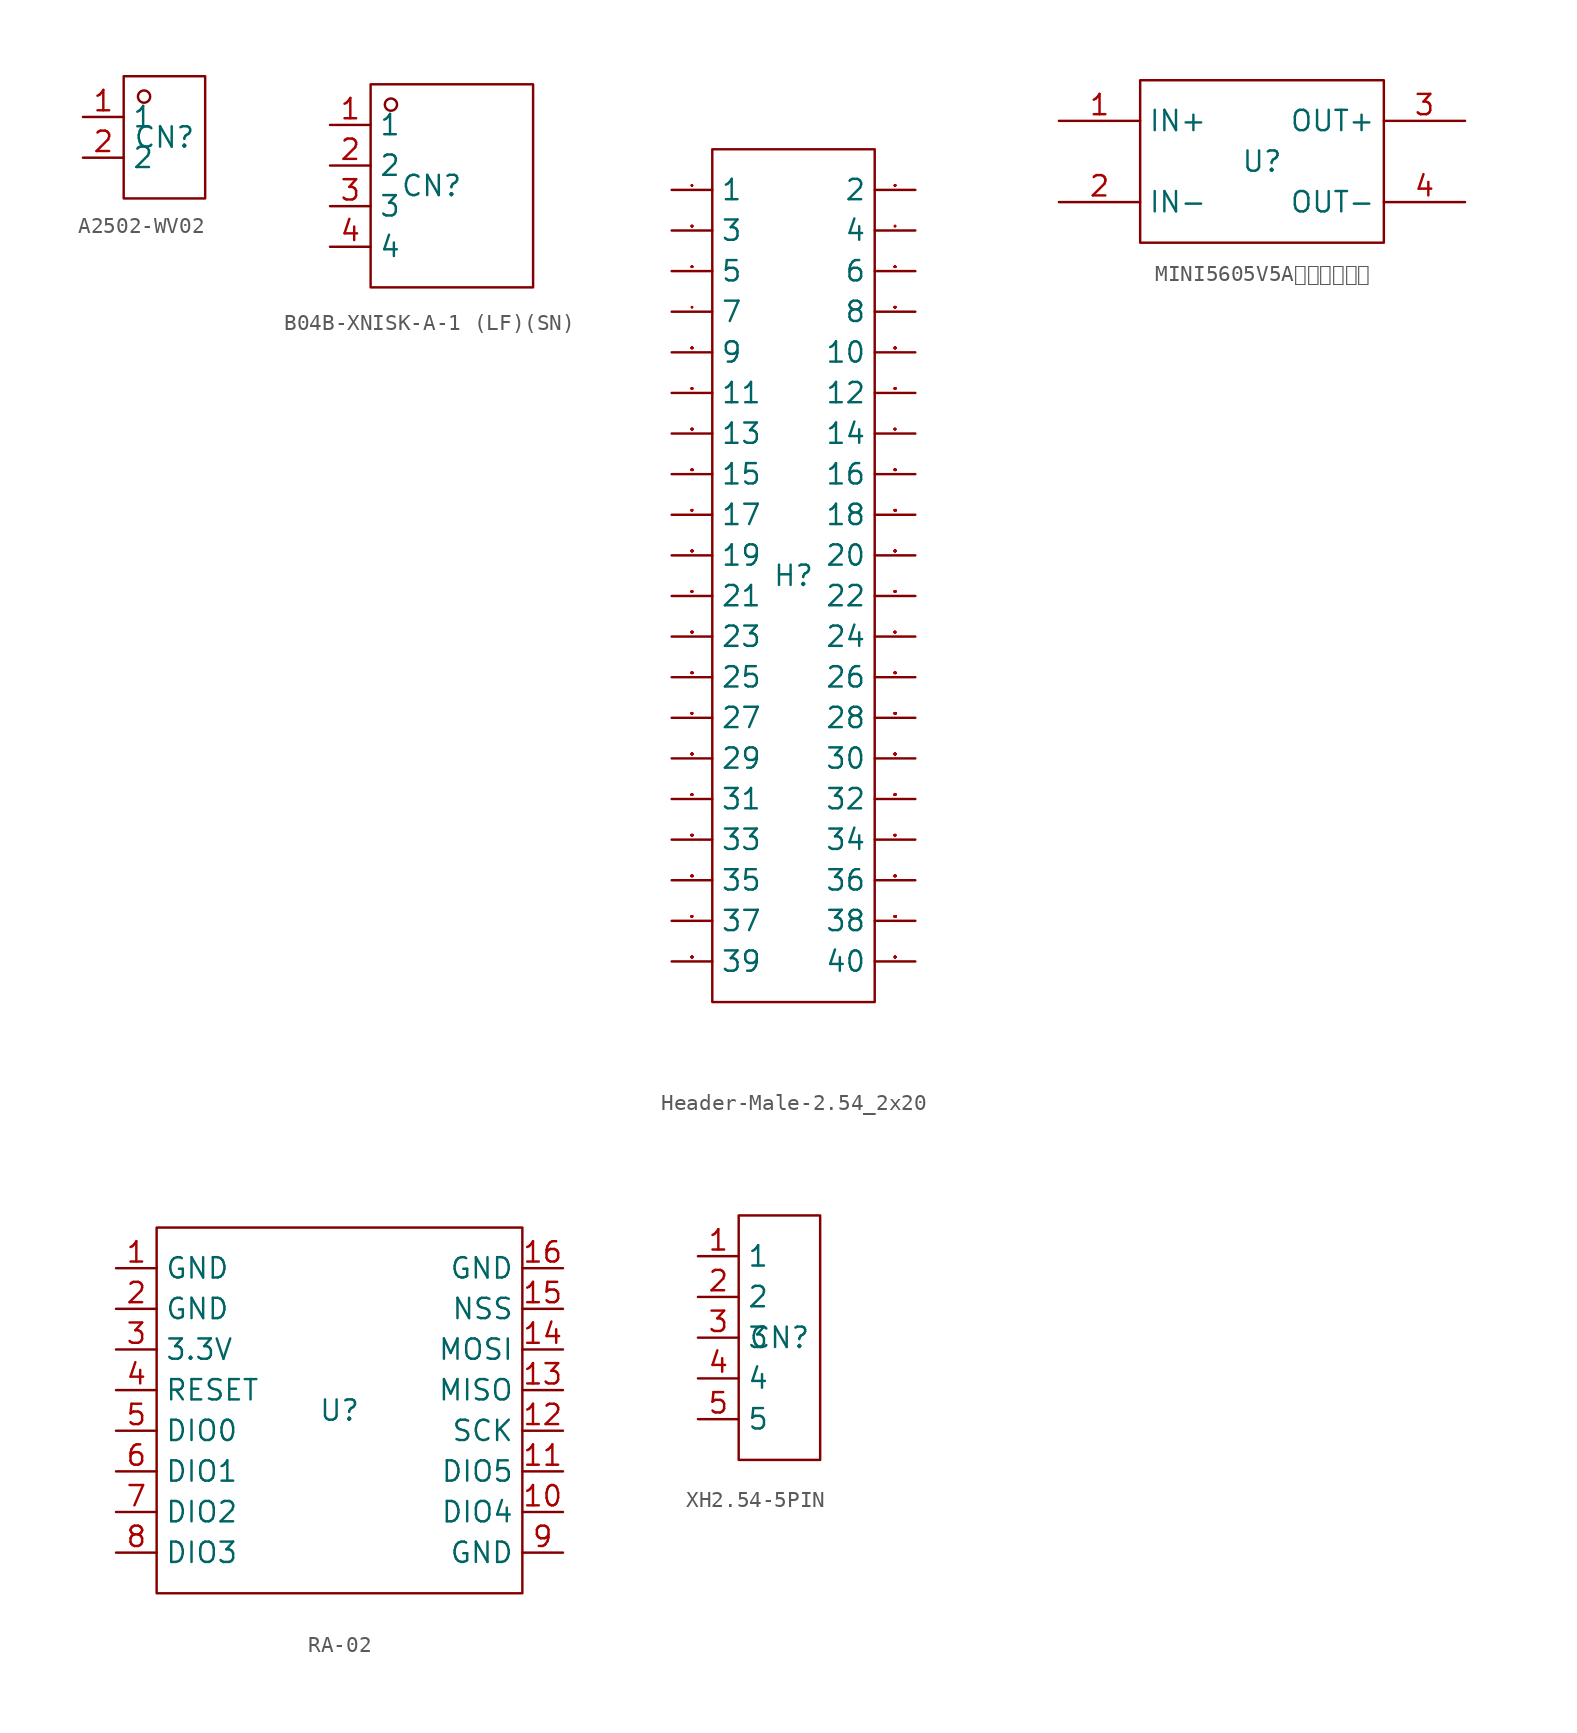
<source format=kicad_sym>
(kicad_symbol_lib
  (version 20241209)
  (generator "kicad_symbol_editor")
  (generator_version "9.0")
  (symbol "A2502-WV02"
    (property "Reference" "CN"
      (at 0 0 0)
      (effects (font (size 1.27 1.27))))
    (property "Value" ""
      (at 0 0 0)
      (effects (font (size 1.27 1.27))))
    (symbol "A2502-WV02_1_0"
      (rectangle (start -2.54 -3.81) (end 2.54 3.81) (stroke (width 0) (type default)) (fill (type none)))
      (circle (center -1.27 2.54) (radius 0.381) (stroke (width 0) (type default)) (fill (type none)))
      (pin unspecified line (at -5.08 1.27 0) (length 2.54) (name "1" (effects (font (size 1.27 1.27)))) (number "1" (effects (font (size 1.27 1.27)))))
      (pin unspecified line (at -5.08 -1.27 0) (length 2.54) (name "2" (effects (font (size 1.27 1.27)))) (number "2" (effects (font (size 1.27 1.27)))))))
  (symbol "B04B-XNISK-A-1 (LF)(SN)"
    (property "Reference" "CN"
      (at 0 0 0)
      (effects (font (size 1.27 1.27))))
    (property "Value" ""
      (at 0 0 0)
      (effects (font (size 1.27 1.27))))
    (symbol "B04B-XNISK-A-1 (LF)(SN)_1_0"
      (rectangle (start -3.81 -6.35) (end 6.35 6.35) (stroke (width 0) (type default)) (fill (type none)))
      (circle (center -2.54 5.08) (radius 0.381) (stroke (width 0) (type default)) (fill (type none)))
      (pin input line (at -6.35 3.81 0) (length 2.54) (name "1" (effects (font (size 1.27 1.27)))) (number "1" (effects (font (size 1.27 1.27)))))
      (pin input line (at -6.35 1.27 0) (length 2.54) (name "2" (effects (font (size 1.27 1.27)))) (number "2" (effects (font (size 1.27 1.27)))))
      (pin input line (at -6.35 -1.27 0) (length 2.54) (name "3" (effects (font (size 1.27 1.27)))) (number "3" (effects (font (size 1.27 1.27)))))
      (pin input line (at -6.35 -3.81 0) (length 2.54) (name "4" (effects (font (size 1.27 1.27)))) (number "4" (effects (font (size 1.27 1.27)))))))
  (symbol "Header-Male-2.54_2x20"
    (property "Reference" "H"
      (at 0 0 0)
      (effects (font (size 1.27 1.27))))
    (property "Value" ""
      (at 0 0 0)
      (effects (font (size 1.27 1.27))))
    (symbol "Header-Male-2.54_2x20_1_0"
      (rectangle (start -5.08 26.67) (end 5.08 -26.67) (stroke (width 0) (type default)) (fill (type none)))
      (pin input line (at -7.62 24.13 0) (length 2.54) (name "1" (effects (font (size 1.27 1.27)))) (number "1" (effects (font (size 0.025 0.025)))))
      (pin input line (at -7.62 21.59 0) (length 2.54) (name "3" (effects (font (size 1.27 1.27)))) (number "3" (effects (font (size 0.025 0.025)))))
      (pin input line (at -7.62 19.05 0) (length 2.54) (name "5" (effects (font (size 1.27 1.27)))) (number "5" (effects (font (size 0.025 0.025)))))
      (pin input line (at -7.62 16.51 0) (length 2.54) (name "7" (effects (font (size 1.27 1.27)))) (number "7" (effects (font (size 0.025 0.025)))))
      (pin input line (at -7.62 13.97 0) (length 2.54) (name "9" (effects (font (size 1.27 1.27)))) (number "9" (effects (font (size 0.025 0.025)))))
      (pin input line (at -7.62 11.43 0) (length 2.54) (name "11" (effects (font (size 1.27 1.27)))) (number "11" (effects (font (size 0.025 0.025)))))
      (pin input line (at -7.62 8.89 0) (length 2.54) (name "13" (effects (font (size 1.27 1.27)))) (number "13" (effects (font (size 0.025 0.025)))))
      (pin input line (at -7.62 6.35 0) (length 2.54) (name "15" (effects (font (size 1.27 1.27)))) (number "15" (effects (font (size 0.025 0.025)))))
      (pin input line (at -7.62 3.81 0) (length 2.54) (name "17" (effects (font (size 1.27 1.27)))) (number "17" (effects (font (size 0.025 0.025)))))
      (pin input line (at -7.62 1.27 0) (length 2.54) (name "19" (effects (font (size 1.27 1.27)))) (number "19" (effects (font (size 0.025 0.025)))))
      (pin input line (at -7.62 -1.27 0) (length 2.54) (name "21" (effects (font (size 1.27 1.27)))) (number "21" (effects (font (size 0.025 0.025)))))
      (pin input line (at -7.62 -3.81 0) (length 2.54) (name "23" (effects (font (size 1.27 1.27)))) (number "23" (effects (font (size 0.025 0.025)))))
      (pin input line (at -7.62 -6.35 0) (length 2.54) (name "25" (effects (font (size 1.27 1.27)))) (number "25" (effects (font (size 0.025 0.025)))))
      (pin input line (at -7.62 -8.89 0) (length 2.54) (name "27" (effects (font (size 1.27 1.27)))) (number "27" (effects (font (size 0.025 0.025)))))
      (pin input line (at -7.62 -11.43 0) (length 2.54) (name "29" (effects (font (size 1.27 1.27)))) (number "29" (effects (font (size 0.025 0.025)))))
      (pin input line (at -7.62 -13.97 0) (length 2.54) (name "31" (effects (font (size 1.27 1.27)))) (number "31" (effects (font (size 0.025 0.025)))))
      (pin input line (at -7.62 -16.51 0) (length 2.54) (name "33" (effects (font (size 1.27 1.27)))) (number "33" (effects (font (size 0.025 0.025)))))
      (pin input line (at -7.62 -19.05 0) (length 2.54) (name "35" (effects (font (size 1.27 1.27)))) (number "35" (effects (font (size 0.025 0.025)))))
      (pin input line (at -7.62 -21.59 0) (length 2.54) (name "37" (effects (font (size 1.27 1.27)))) (number "37" (effects (font (size 0.025 0.025)))))
      (pin input line (at -7.62 -24.13 0) (length 2.54) (name "39" (effects (font (size 1.27 1.27)))) (number "39" (effects (font (size 0.025 0.025)))))
      (pin input line (at 7.62 24.13 180) (length 2.54) (name "2" (effects (font (size 1.27 1.27)))) (number "2" (effects (font (size 0.025 0.025)))))
      (pin input line (at 7.62 21.59 180) (length 2.54) (name "4" (effects (font (size 1.27 1.27)))) (number "4" (effects (font (size 0.025 0.025)))))
      (pin input line (at 7.62 19.05 180) (length 2.54) (name "6" (effects (font (size 1.27 1.27)))) (number "6" (effects (font (size 0.025 0.025)))))
      (pin input line (at 7.62 16.51 180) (length 2.54) (name "8" (effects (font (size 1.27 1.27)))) (number "8" (effects (font (size 0.025 0.025)))))
      (pin input line (at 7.62 13.97 180) (length 2.54) (name "10" (effects (font (size 1.27 1.27)))) (number "10" (effects (font (size 0.025 0.025)))))
      (pin input line (at 7.62 11.43 180) (length 2.54) (name "12" (effects (font (size 1.27 1.27)))) (number "12" (effects (font (size 0.025 0.025)))))
      (pin input line (at 7.62 8.89 180) (length 2.54) (name "14" (effects (font (size 1.27 1.27)))) (number "14" (effects (font (size 0.025 0.025)))))
      (pin input line (at 7.62 6.35 180) (length 2.54) (name "16" (effects (font (size 1.27 1.27)))) (number "16" (effects (font (size 0.025 0.025)))))
      (pin input line (at 7.62 3.81 180) (length 2.54) (name "18" (effects (font (size 1.27 1.27)))) (number "18" (effects (font (size 0.025 0.025)))))
      (pin input line (at 7.62 1.27 180) (length 2.54) (name "20" (effects (font (size 1.27 1.27)))) (number "20" (effects (font (size 0.025 0.025)))))
      (pin input line (at 7.62 -1.27 180) (length 2.54) (name "22" (effects (font (size 1.27 1.27)))) (number "22" (effects (font (size 0.025 0.025)))))
      (pin input line (at 7.62 -3.81 180) (length 2.54) (name "24" (effects (font (size 1.27 1.27)))) (number "24" (effects (font (size 0.025 0.025)))))
      (pin input line (at 7.62 -6.35 180) (length 2.54) (name "26" (effects (font (size 1.27 1.27)))) (number "26" (effects (font (size 0.025 0.025)))))
      (pin input line (at 7.62 -8.89 180) (length 2.54) (name "28" (effects (font (size 1.27 1.27)))) (number "28" (effects (font (size 0.025 0.025)))))
      (pin input line (at 7.62 -11.43 180) (length 2.54) (name "30" (effects (font (size 1.27 1.27)))) (number "30" (effects (font (size 0.025 0.025)))))
      (pin input line (at 7.62 -13.97 180) (length 2.54) (name "32" (effects (font (size 1.27 1.27)))) (number "32" (effects (font (size 0.025 0.025)))))
      (pin input line (at 7.62 -16.51 180) (length 2.54) (name "34" (effects (font (size 1.27 1.27)))) (number "34" (effects (font (size 0.025 0.025)))))
      (pin input line (at 7.62 -19.05 180) (length 2.54) (name "36" (effects (font (size 1.27 1.27)))) (number "36" (effects (font (size 0.025 0.025)))))
      (pin input line (at 7.62 -21.59 180) (length 2.54) (name "38" (effects (font (size 1.27 1.27)))) (number "38" (effects (font (size 0.025 0.025)))))
      (pin input line (at 7.62 -24.13 180) (length 2.54) (name "40" (effects (font (size 1.27 1.27)))) (number "40" (effects (font (size 0.025 0.025)))))))
  (symbol "MINI5605V5A输出电源模块"
    (property "Reference" "U"
      (at 0 0 0)
      (effects (font (size 1.27 1.27))))
    (property "Value" ""
      (at 0 0 0)
      (effects (font (size 1.27 1.27))))
    (symbol "MINI5605V5A输出电源模块_1_0"
      (rectangle (start -7.62 -5.08) (end 7.62 5.08) (stroke (width 0) (type default)) (fill (type none)))
      (pin unspecified line (at -12.7 2.54 0) (length 5.08) (name "IN+" (effects (font (size 1.27 1.27)))) (number "1" (effects (font (size 1.27 1.27)))))
      (pin unspecified line (at -12.7 -2.54 0) (length 5.08) (name "IN-" (effects (font (size 1.27 1.27)))) (number "2" (effects (font (size 1.27 1.27)))))
      (pin unspecified line (at 12.7 2.54 180) (length 5.08) (name "OUT+" (effects (font (size 1.27 1.27)))) (number "3" (effects (font (size 1.27 1.27)))))
      (pin unspecified line (at 12.7 -2.54 180) (length 5.08) (name "OUT-" (effects (font (size 1.27 1.27)))) (number "4" (effects (font (size 1.27 1.27)))))))
  (symbol "RA-02"
    (property "Reference" "U"
      (at 0 0 0)
      (effects (font (size 1.27 1.27))))
    (property "Value" ""
      (at 0 0 0)
      (effects (font (size 1.27 1.27))))
    (symbol "RA-02_1_0"
      (rectangle (start -11.43 11.43) (end 11.43 -11.43) (stroke (width 0) (type default)) (fill (type none)))
      (pin unspecified line (at -13.97 8.89 0) (length 2.54) (name "GND" (effects (font (size 1.27 1.27)))) (number "1" (effects (font (size 1.27 1.27)))))
      (pin unspecified line (at -13.97 6.35 0) (length 2.54) (name "GND" (effects (font (size 1.27 1.27)))) (number "2" (effects (font (size 1.27 1.27)))))
      (pin unspecified line (at -13.97 3.81 0) (length 2.54) (name "3.3V" (effects (font (size 1.27 1.27)))) (number "3" (effects (font (size 1.27 1.27)))))
      (pin unspecified line (at -13.97 1.27 0) (length 2.54) (name "RESET" (effects (font (size 1.27 1.27)))) (number "4" (effects (font (size 1.27 1.27)))))
      (pin unspecified line (at -13.97 -1.27 0) (length 2.54) (name "DIO0" (effects (font (size 1.27 1.27)))) (number "5" (effects (font (size 1.27 1.27)))))
      (pin unspecified line (at -13.97 -3.81 0) (length 2.54) (name "DIO1" (effects (font (size 1.27 1.27)))) (number "6" (effects (font (size 1.27 1.27)))))
      (pin unspecified line (at -13.97 -6.35 0) (length 2.54) (name "DIO2" (effects (font (size 1.27 1.27)))) (number "7" (effects (font (size 1.27 1.27)))))
      (pin unspecified line (at -13.97 -8.89 0) (length 2.54) (name "DIO3" (effects (font (size 1.27 1.27)))) (number "8" (effects (font (size 1.27 1.27)))))
      (pin unspecified line (at 13.97 8.89 180) (length 2.54) (name "GND" (effects (font (size 1.27 1.27)))) (number "16" (effects (font (size 1.27 1.27)))))
      (pin unspecified line (at 13.97 6.35 180) (length 2.54) (name "NSS" (effects (font (size 1.27 1.27)))) (number "15" (effects (font (size 1.27 1.27)))))
      (pin unspecified line (at 13.97 3.81 180) (length 2.54) (name "MOSI" (effects (font (size 1.27 1.27)))) (number "14" (effects (font (size 1.27 1.27)))))
      (pin unspecified line (at 13.97 1.27 180) (length 2.54) (name "MISO" (effects (font (size 1.27 1.27)))) (number "13" (effects (font (size 1.27 1.27)))))
      (pin unspecified line (at 13.97 -1.27 180) (length 2.54) (name "SCK" (effects (font (size 1.27 1.27)))) (number "12" (effects (font (size 1.27 1.27)))))
      (pin unspecified line (at 13.97 -3.81 180) (length 2.54) (name "DIO5" (effects (font (size 1.27 1.27)))) (number "11" (effects (font (size 1.27 1.27)))))
      (pin unspecified line (at 13.97 -6.35 180) (length 2.54) (name "DIO4" (effects (font (size 1.27 1.27)))) (number "10" (effects (font (size 1.27 1.27)))))
      (pin unspecified line (at 13.97 -8.89 180) (length 2.54) (name "GND" (effects (font (size 1.27 1.27)))) (number "9" (effects (font (size 1.27 1.27)))))))
  (symbol "XH2.54-5PIN"
    (property "Reference" "CN"
      (at 0 0 0)
      (effects (font (size 1.27 1.27))))
    (property "Value" ""
      (at 0 0 0)
      (effects (font (size 1.27 1.27))))
    (symbol "XH2.54-5PIN_1_0"
      (rectangle (start -2.54 7.62) (end 2.54 -7.62) (stroke (width 0) (type default)) (fill (type none)))
      (pin unspecified line (at -5.08 5.08 0) (length 2.54) (name "1" (effects (font (size 1.27 1.27)))) (number "1" (effects (font (size 1.27 1.27)))))
      (pin unspecified line (at -5.08 2.54 0) (length 2.54) (name "2" (effects (font (size 1.27 1.27)))) (number "2" (effects (font (size 1.27 1.27)))))
      (pin unspecified line (at -5.08 0 0) (length 2.54) (name "3" (effects (font (size 1.27 1.27)))) (number "3" (effects (font (size 1.27 1.27)))))
      (pin unspecified line (at -5.08 -2.54 0) (length 2.54) (name "4" (effects (font (size 1.27 1.27)))) (number "4" (effects (font (size 1.27 1.27)))))
      (pin unspecified line (at -5.08 -5.08 0) (length 2.54) (name "5" (effects (font (size 1.27 1.27)))) (number "5" (effects (font (size 1.27 1.27))))))))
</source>
